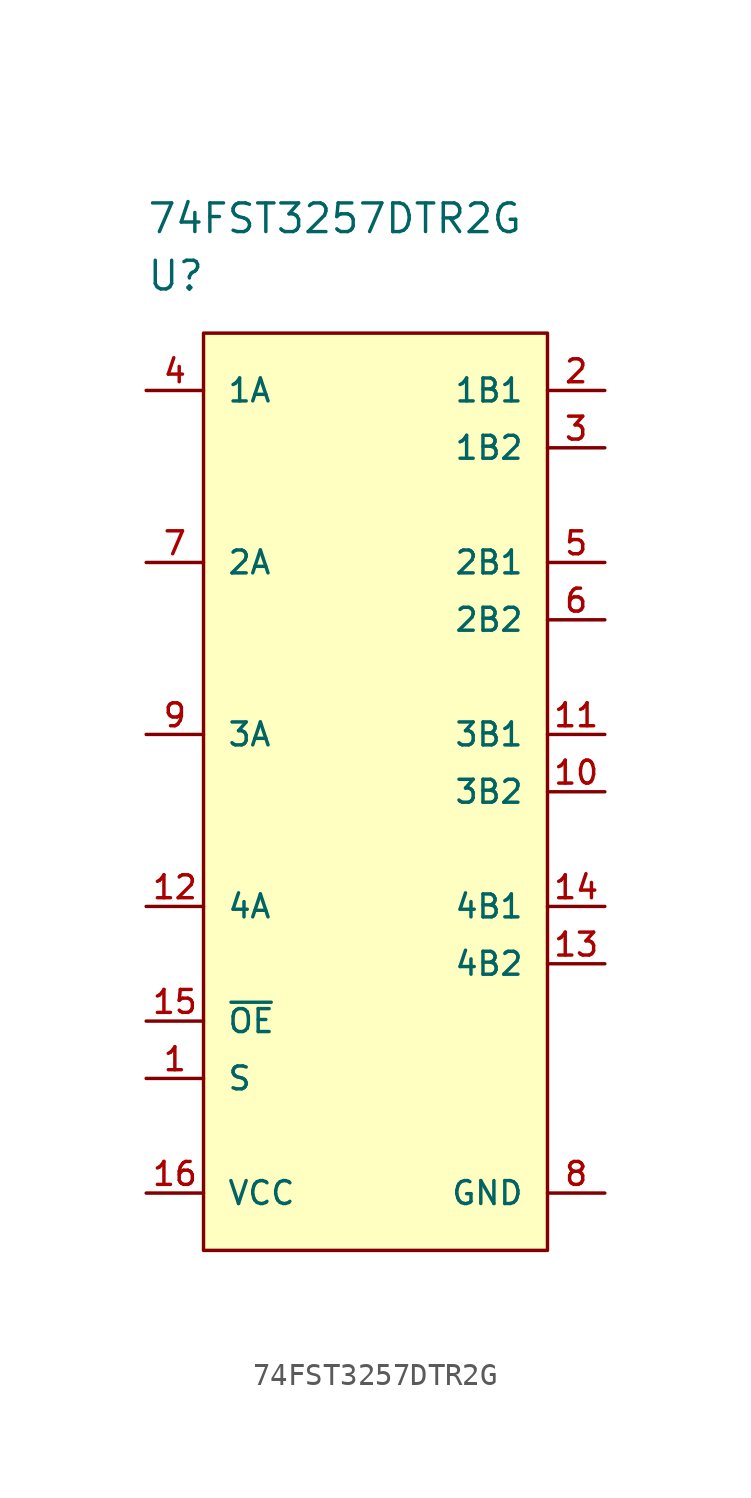
<source format=kicad_sym>
(kicad_symbol_lib
  (version 20211014)
  (generator kicad_symbol_editor)
  (symbol "74FST3257DTR2G"
    (pin_names
      (offset 1.016))
    (property "Reference" "U"
      (at 0 5.08 0)
      (effects (font (size 1.27 1.27)) (justify left)))
    (property "Value" "74FST3257DTR2G"
      (at 0 7.62 0)
      (effects (font (size 1.27 1.27)) (justify left)))
    (symbol "74FST3257DTR2G_1_1"
      (rectangle (start 2.54 2.54) (end 17.78 -38.1) (stroke (width 0) (type default) (color 0 0 0 0)) (fill (type background)))
      (pin input line (at 0 -30.48 0) (length 2.54) (name "S" (effects (font (size 1.016 1.016)))) (number "1" (effects (font (size 1.016 1.016)))))
      (pin passive line (at 20.32 -17.78 180) (length 2.54) (name "3B2" (effects (font (size 1.016 1.016)))) (number "10" (effects (font (size 1.016 1.016)))))
      (pin passive line (at 20.32 -15.24 180) (length 2.54) (name "3B1" (effects (font (size 1.016 1.016)))) (number "11" (effects (font (size 1.016 1.016)))))
      (pin passive line (at 0 -22.86 0) (length 2.54) (name "4A" (effects (font (size 1.016 1.016)))) (number "12" (effects (font (size 1.016 1.016)))))
      (pin passive line (at 20.32 -25.4 180) (length 2.54) (name "4B2" (effects (font (size 1.016 1.016)))) (number "13" (effects (font (size 1.016 1.016)))))
      (pin passive line (at 20.32 -22.86 180) (length 2.54) (name "4B1" (effects (font (size 1.016 1.016)))) (number "14" (effects (font (size 1.016 1.016)))))
      (pin input line (at 0 -27.94 0) (length 2.54) (name "~{OE}" (effects (font (size 1.016 1.016)))) (number "15" (effects (font (size 1.016 1.016)))))
      (pin power_in line (at 0 -35.56 0) (length 2.54) (name "VCC" (effects (font (size 1.016 1.016)))) (number "16" (effects (font (size 1.016 1.016)))))
      (pin passive line (at 20.32 0 180) (length 2.54) (name "1B1" (effects (font (size 1.016 1.016)))) (number "2" (effects (font (size 1.016 1.016)))))
      (pin passive line (at 20.32 -2.54 180) (length 2.54) (name "1B2" (effects (font (size 1.016 1.016)))) (number "3" (effects (font (size 1.016 1.016)))))
      (pin passive line (at 0 0 0) (length 2.54) (name "1A" (effects (font (size 1.016 1.016)))) (number "4" (effects (font (size 1.016 1.016)))))
      (pin passive line (at 20.32 -7.62 180) (length 2.54) (name "2B1" (effects (font (size 1.016 1.016)))) (number "5" (effects (font (size 1.016 1.016)))))
      (pin passive line (at 20.32 -10.16 180) (length 2.54) (name "2B2" (effects (font (size 1.016 1.016)))) (number "6" (effects (font (size 1.016 1.016)))))
      (pin passive line (at 0 -7.62 0) (length 2.54) (name "2A" (effects (font (size 1.016 1.016)))) (number "7" (effects (font (size 1.016 1.016)))))
      (pin power_in line (at 20.32 -35.56 180) (length 2.54) (name "GND" (effects (font (size 1.016 1.016)))) (number "8" (effects (font (size 1.016 1.016)))))
      (pin passive line (at 0 -15.24 0) (length 2.54) (name "3A" (effects (font (size 1.016 1.016)))) (number "9" (effects (font (size 1.016 1.016))))))))
</source>
